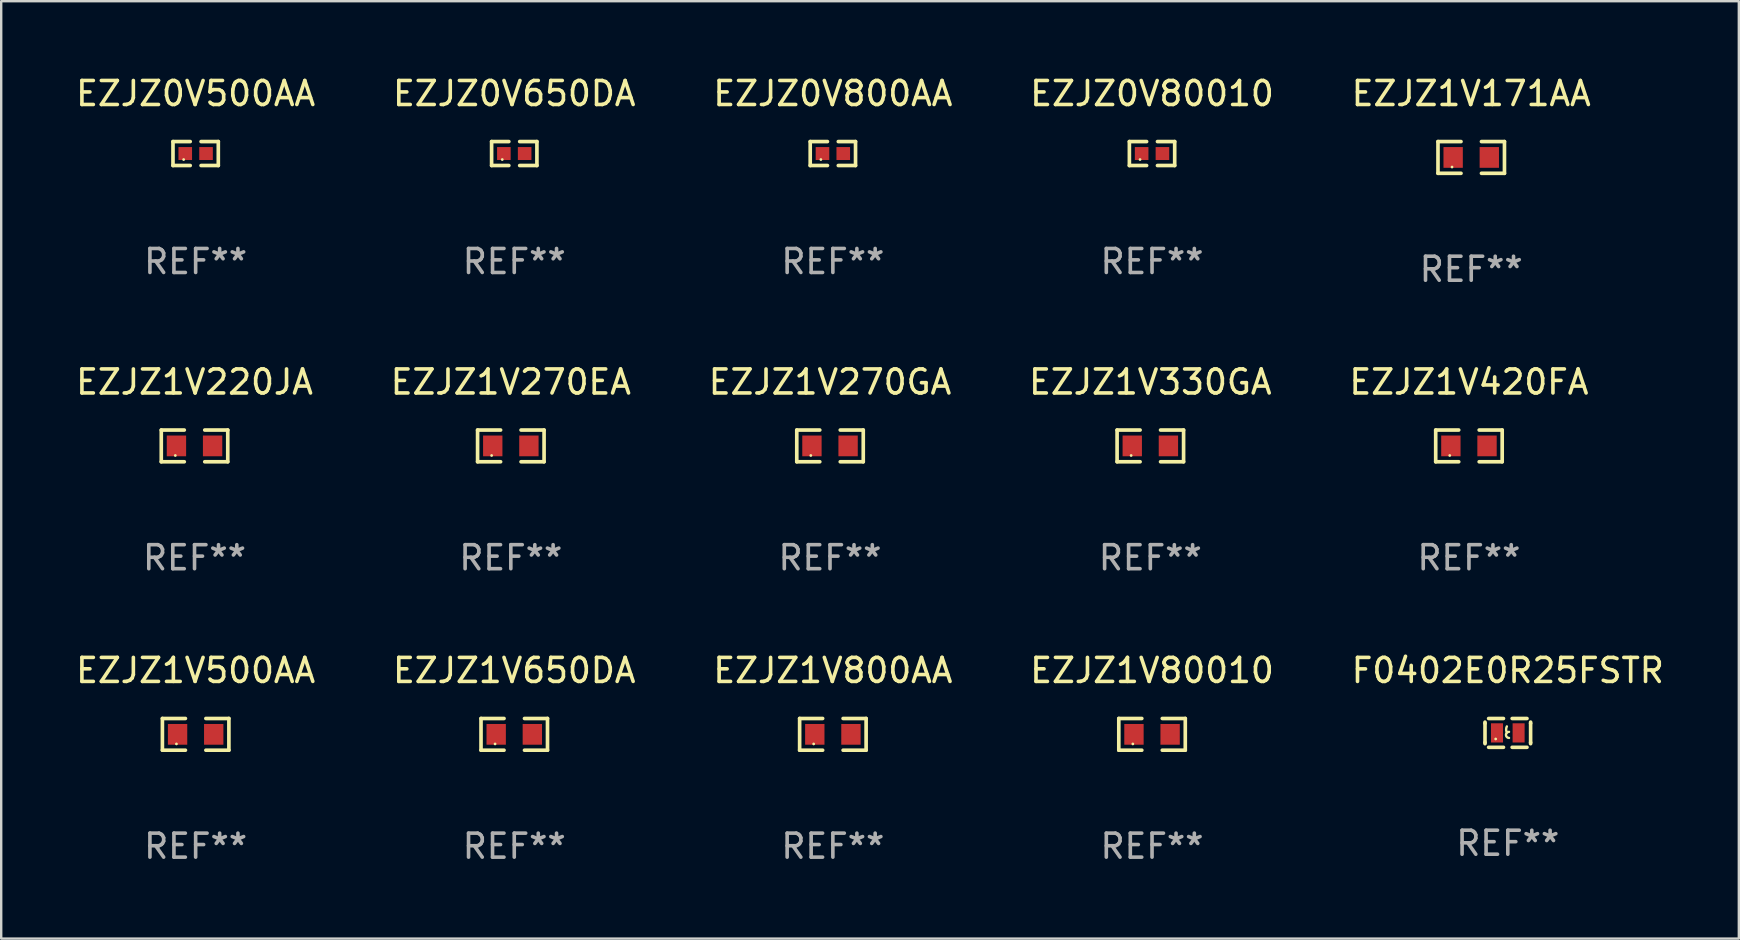
<source format=kicad_pcb>
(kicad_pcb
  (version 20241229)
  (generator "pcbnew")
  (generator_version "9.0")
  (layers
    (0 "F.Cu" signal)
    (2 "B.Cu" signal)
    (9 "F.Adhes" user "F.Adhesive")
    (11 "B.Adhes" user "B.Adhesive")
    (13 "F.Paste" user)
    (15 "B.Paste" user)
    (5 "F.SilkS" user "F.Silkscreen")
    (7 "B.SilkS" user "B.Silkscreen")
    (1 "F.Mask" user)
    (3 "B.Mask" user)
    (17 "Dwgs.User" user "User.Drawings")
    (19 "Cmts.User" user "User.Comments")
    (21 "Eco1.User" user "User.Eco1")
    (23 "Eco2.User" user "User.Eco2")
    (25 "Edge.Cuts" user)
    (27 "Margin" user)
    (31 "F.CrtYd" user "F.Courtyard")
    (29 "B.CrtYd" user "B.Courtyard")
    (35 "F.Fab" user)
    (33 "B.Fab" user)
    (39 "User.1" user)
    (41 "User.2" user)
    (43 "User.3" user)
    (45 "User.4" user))
  (footprint "EZJZ0V800AA"
    (layer "F.Cu")
    (at 31.649 3.347)
    (property "Reference" "EZJZ0V800AA" (at 0 -2.499 0) (layer "F.SilkS") (effects (font (size 1 1) (thickness 0.15))))
    (attr through_hole)
    (fp_line (start -0.944 -0.499) (end -0.226 -0.499) (stroke (width 0.152) (type solid)) (layer "F.SilkS"))
    (fp_line (start -0.944 0.499) (end -0.944 -0.499) (stroke (width 0.152) (type solid)) (layer "F.SilkS"))
    (fp_line (start -0.226 0.499) (end -0.944 0.499) (stroke (width 0.152) (type solid)) (layer "F.SilkS"))
    (fp_line (start 0.226 0.499) (end 0.944 0.499) (stroke (width 0.152) (type solid)) (layer "F.SilkS"))
    (fp_line (start 0.944 -0.499) (end 0.226 -0.499) (stroke (width 0.152) (type solid)) (layer "F.SilkS"))
    (fp_line (start 0.944 0.499) (end 0.944 -0.499) (stroke (width 0.152) (type solid)) (layer "F.SilkS"))
    (fp_circle (center -0.5 0.25) (end -0.47 0.25) (stroke (width 0.06) (type solid)) (fill no) (layer "F.SilkS"))
    (fp_text user "REF**" (at 0 4.499 0) (layer "F.Fab") (effects (font (size 1 1) (thickness 0.15))))
    (pad "1" smd rect (at -0.433 0) (size 0.566 0.54) (layers "F.Cu" "F.Mask" "F.Paste"))
    (pad "2" smd rect (at 0.433 0) (size 0.566 0.54) (layers "F.Cu" "F.Mask" "F.Paste")))
  (footprint "EZJZ0V500AA"
    (layer "F.Cu")
    (at 5.101 3.347)
    (property "Reference" "EZJZ0V500AA" (at 0 -2.499 0) (layer "F.SilkS") (effects (font (size 1 1) (thickness 0.15))))
    (attr through_hole)
    (fp_line (start -0.944 -0.499) (end -0.226 -0.499) (stroke (width 0.152) (type solid)) (layer "F.SilkS"))
    (fp_line (start -0.944 0.499) (end -0.944 -0.499) (stroke (width 0.152) (type solid)) (layer "F.SilkS"))
    (fp_line (start -0.226 0.499) (end -0.944 0.499) (stroke (width 0.152) (type solid)) (layer "F.SilkS"))
    (fp_line (start 0.226 0.499) (end 0.944 0.499) (stroke (width 0.152) (type solid)) (layer "F.SilkS"))
    (fp_line (start 0.944 -0.499) (end 0.226 -0.499) (stroke (width 0.152) (type solid)) (layer "F.SilkS"))
    (fp_line (start 0.944 0.499) (end 0.944 -0.499) (stroke (width 0.152) (type solid)) (layer "F.SilkS"))
    (fp_circle (center -0.5 0.25) (end -0.47 0.25) (stroke (width 0.06) (type solid)) (fill no) (layer "F.SilkS"))
    (fp_text user "REF**" (at 0 4.499 0) (layer "F.Fab") (effects (font (size 1 1) (thickness 0.15))))
    (pad "1" smd rect (at -0.433 0) (size 0.566 0.54) (layers "F.Cu" "F.Mask" "F.Paste"))
    (pad "2" smd rect (at 0.433 0) (size 0.566 0.54) (layers "F.Cu" "F.Mask" "F.Paste")))
  (footprint "EZJZ1V330GA"
    (layer "F.Cu")
    (at 44.875 15.527)
    (property "Reference" "EZJZ1V330GA" (at 0 -2.661 0) (layer "F.SilkS") (effects (font (size 1 1) (thickness 0.15))))
    (attr through_hole)
    (fp_line (start -1.385 -0.661) (end -0.426 -0.661) (stroke (width 0.152) (type solid)) (layer "F.SilkS"))
    (fp_line (start -1.385 0.661) (end -1.385 -0.661) (stroke (width 0.152) (type solid)) (layer "F.SilkS"))
    (fp_line (start -0.426 0.661) (end -1.385 0.661) (stroke (width 0.152) (type solid)) (layer "F.SilkS"))
    (fp_line (start 0.426 0.661) (end 1.385 0.661) (stroke (width 0.152) (type solid)) (layer "F.SilkS"))
    (fp_line (start 1.385 -0.661) (end 0.426 -0.661) (stroke (width 0.152) (type solid)) (layer "F.SilkS"))
    (fp_line (start 1.385 0.661) (end 1.385 -0.661) (stroke (width 0.152) (type solid)) (layer "F.SilkS"))
    (fp_circle (center -0.8 0.4) (end -0.77 0.4) (stroke (width 0.06) (type solid)) (fill no) (layer "F.SilkS"))
    (fp_text user "REF**" (at 0 4.661 0) (layer "F.Fab") (effects (font (size 1 1) (thickness 0.15))))
    (pad "1" smd rect (at -0.753 0) (size 0.806 0.864) (layers "F.Cu" "F.Mask" "F.Paste"))
    (pad "2" smd rect (at 0.753 0) (size 0.806 0.864) (layers "F.Cu" "F.Mask" "F.Paste")))
  (footprint "F0402E0R25FSTR"
    (layer "F.Cu")
    (at 59.768 27.484)
    (property "Reference" "F0402E0R25FSTR" (at 0 -2.6 0) (layer "F.SilkS") (effects (font (size 1 1) (thickness 0.15))))
    (attr through_hole)
    (fp_line (start -0.95 -0.45) (end -0.95 -0.4) (stroke (width 0.15) (type solid)) (layer "F.SilkS"))
    (fp_line (start -0.95 -0.4) (end -0.95 0.4) (stroke (width 0.15) (type solid)) (layer "F.SilkS"))
    (fp_line (start -0.95 0.45) (end -0.95 0.4) (stroke (width 0.15) (type solid)) (layer "F.SilkS"))
    (fp_line (start -0.18 -0.6) (end -0.8 -0.6) (stroke (width 0.15) (type solid)) (layer "F.SilkS"))
    (fp_line (start -0.18 0.6) (end -0.8 0.6) (stroke (width 0.15) (type solid)) (layer "F.SilkS"))
    (fp_line (start 0.18 -0.6) (end 0.8 -0.6) (stroke (width 0.15) (type solid)) (layer "F.SilkS"))
    (fp_line (start 0.18 0.6) (end 0.8 0.6) (stroke (width 0.15) (type solid)) (layer "F.SilkS"))
    (fp_line (start 0.95 -0.45) (end 0.95 -0.4) (stroke (width 0.15) (type solid)) (layer "F.SilkS"))
    (fp_line (start 0.95 -0.4) (end 0.95 0.4) (stroke (width 0.15) (type solid)) (layer "F.SilkS"))
    (fp_line (start 0.95 0.45) (end 0.95 0.4) (stroke (width 0.15) (type solid)) (layer "F.SilkS"))
    (fp_arc (start -0.039942 -0.016052) (mid -0.069923 -0.143053) (end -0.039942 -0.270053) (stroke (width 0.1) (type solid)) (layer "F.SilkS"))
    (fp_arc (start 0.050076 0.209957) (mid -0.076924 0.082957) (end 0.050076 -0.044043) (stroke (width 0.1) (type solid)) (layer "F.SilkS"))
    (fp_circle (center -0.505 0.253) (end -0.475 0.253) (stroke (width 0.06) (type solid)) (fill no) (layer "F.SilkS"))
    (fp_text user "REF**" (at 0 4.6 0) (layer "F.Fab") (effects (font (size 1 1) (thickness 0.15))))
    (pad "1" smd rect (at -0.45 -0.000051) (size 0.5 0.8) (layers "F.Cu" "F.Mask" "F.Paste"))
    (pad "2" smd rect (at 0.45 -0.000051) (size 0.5 0.8) (layers "F.Cu" "F.Mask" "F.Paste")))
  (footprint "EZJZ1V270GA"
    (layer "F.Cu")
    (at 31.53 15.527)
    (property "Reference" "EZJZ1V270GA" (at 0 -2.661 0) (layer "F.SilkS") (effects (font (size 1 1) (thickness 0.15))))
    (attr through_hole)
    (fp_line (start -1.385 -0.661) (end -0.426 -0.661) (stroke (width 0.152) (type solid)) (layer "F.SilkS"))
    (fp_line (start -1.385 0.661) (end -1.385 -0.661) (stroke (width 0.152) (type solid)) (layer "F.SilkS"))
    (fp_line (start -0.426 0.661) (end -1.385 0.661) (stroke (width 0.152) (type solid)) (layer "F.SilkS"))
    (fp_line (start 0.426 0.661) (end 1.385 0.661) (stroke (width 0.152) (type solid)) (layer "F.SilkS"))
    (fp_line (start 1.385 -0.661) (end 0.426 -0.661) (stroke (width 0.152) (type solid)) (layer "F.SilkS"))
    (fp_line (start 1.385 0.661) (end 1.385 -0.661) (stroke (width 0.152) (type solid)) (layer "F.SilkS"))
    (fp_circle (center -0.8 0.4) (end -0.77 0.4) (stroke (width 0.06) (type solid)) (fill no) (layer "F.SilkS"))
    (fp_text user "REF**" (at 0 4.661 0) (layer "F.Fab") (effects (font (size 1 1) (thickness 0.15))))
    (pad "1" smd rect (at -0.753 0) (size 0.806 0.864) (layers "F.Cu" "F.Mask" "F.Paste"))
    (pad "2" smd rect (at 0.753 0) (size 0.806 0.864) (layers "F.Cu" "F.Mask" "F.Paste")))
  (footprint "EZJZ1V171AA"
    (layer "F.Cu")
    (at 58.244 3.509)
    (property "Reference" "EZJZ1V171AA" (at 0 -2.661 0) (layer "F.SilkS") (effects (font (size 1 1) (thickness 0.15))))
    (attr through_hole)
    (fp_line (start -1.385 -0.661) (end -0.426 -0.661) (stroke (width 0.152) (type solid)) (layer "F.SilkS"))
    (fp_line (start -1.385 0.661) (end -1.385 -0.661) (stroke (width 0.152) (type solid)) (layer "F.SilkS"))
    (fp_line (start -0.426 0.661) (end -1.385 0.661) (stroke (width 0.152) (type solid)) (layer "F.SilkS"))
    (fp_line (start 0.426 0.661) (end 1.385 0.661) (stroke (width 0.152) (type solid)) (layer "F.SilkS"))
    (fp_line (start 1.385 -0.661) (end 0.426 -0.661) (stroke (width 0.152) (type solid)) (layer "F.SilkS"))
    (fp_line (start 1.385 0.661) (end 1.385 -0.661) (stroke (width 0.152) (type solid)) (layer "F.SilkS"))
    (fp_circle (center -0.8 0.4) (end -0.77 0.4) (stroke (width 0.06) (type solid)) (fill no) (layer "F.SilkS"))
    (fp_text user "REF**" (at 0 4.661 0) (layer "F.Fab") (effects (font (size 1 1) (thickness 0.15))))
    (pad "1" smd rect (at -0.753 0) (size 0.806 0.864) (layers "F.Cu" "F.Mask" "F.Paste"))
    (pad "2" smd rect (at 0.753 0) (size 0.806 0.864) (layers "F.Cu" "F.Mask" "F.Paste")))
  (footprint "EZJZ1V80010"
    (layer "F.Cu")
    (at 44.946 27.544)
    (property "Reference" "EZJZ1V80010" (at 0 -2.661 0) (layer "F.SilkS") (effects (font (size 1 1) (thickness 0.15))))
    (attr through_hole)
    (fp_line (start -1.385 -0.661) (end -0.426 -0.661) (stroke (width 0.152) (type solid)) (layer "F.SilkS"))
    (fp_line (start -1.385 0.661) (end -1.385 -0.661) (stroke (width 0.152) (type solid)) (layer "F.SilkS"))
    (fp_line (start -0.426 0.661) (end -1.385 0.661) (stroke (width 0.152) (type solid)) (layer "F.SilkS"))
    (fp_line (start 0.426 0.661) (end 1.385 0.661) (stroke (width 0.152) (type solid)) (layer "F.SilkS"))
    (fp_line (start 1.385 -0.661) (end 0.426 -0.661) (stroke (width 0.152) (type solid)) (layer "F.SilkS"))
    (fp_line (start 1.385 0.661) (end 1.385 -0.661) (stroke (width 0.152) (type solid)) (layer "F.SilkS"))
    (fp_circle (center -0.8 0.4) (end -0.77 0.4) (stroke (width 0.06) (type solid)) (fill no) (layer "F.SilkS"))
    (fp_text user "REF**" (at 0 4.661 0) (layer "F.Fab") (effects (font (size 1 1) (thickness 0.15))))
    (pad "1" smd rect (at -0.753 0) (size 0.806 0.864) (layers "F.Cu" "F.Mask" "F.Paste"))
    (pad "2" smd rect (at 0.753 0) (size 0.806 0.864) (layers "F.Cu" "F.Mask" "F.Paste")))
  (footprint "EZJZ1V650DA"
    (layer "F.Cu")
    (at 18.375 27.544)
    (property "Reference" "EZJZ1V650DA" (at 0 -2.661 0) (layer "F.SilkS") (effects (font (size 1 1) (thickness 0.15))))
    (attr through_hole)
    (fp_line (start -1.385 -0.661) (end -0.426 -0.661) (stroke (width 0.152) (type solid)) (layer "F.SilkS"))
    (fp_line (start -1.385 0.661) (end -1.385 -0.661) (stroke (width 0.152) (type solid)) (layer "F.SilkS"))
    (fp_line (start -0.426 0.661) (end -1.385 0.661) (stroke (width 0.152) (type solid)) (layer "F.SilkS"))
    (fp_line (start 0.426 0.661) (end 1.385 0.661) (stroke (width 0.152) (type solid)) (layer "F.SilkS"))
    (fp_line (start 1.385 -0.661) (end 0.426 -0.661) (stroke (width 0.152) (type solid)) (layer "F.SilkS"))
    (fp_line (start 1.385 0.661) (end 1.385 -0.661) (stroke (width 0.152) (type solid)) (layer "F.SilkS"))
    (fp_circle (center -0.8 0.4) (end -0.77 0.4) (stroke (width 0.06) (type solid)) (fill no) (layer "F.SilkS"))
    (fp_text user "REF**" (at 0 4.661 0) (layer "F.Fab") (effects (font (size 1 1) (thickness 0.15))))
    (pad "1" smd rect (at -0.753 0) (size 0.806 0.864) (layers "F.Cu" "F.Mask" "F.Paste"))
    (pad "2" smd rect (at 0.753 0) (size 0.806 0.864) (layers "F.Cu" "F.Mask" "F.Paste")))
  (footprint "EZJZ1V270EA"
    (layer "F.Cu")
    (at 18.232 15.527)
    (property "Reference" "EZJZ1V270EA" (at 0 -2.661 0) (layer "F.SilkS") (effects (font (size 1 1) (thickness 0.15))))
    (attr through_hole)
    (fp_line (start -1.385 -0.661) (end -0.426 -0.661) (stroke (width 0.152) (type solid)) (layer "F.SilkS"))
    (fp_line (start -1.385 0.661) (end -1.385 -0.661) (stroke (width 0.152) (type solid)) (layer "F.SilkS"))
    (fp_line (start -0.426 0.661) (end -1.385 0.661) (stroke (width 0.152) (type solid)) (layer "F.SilkS"))
    (fp_line (start 0.426 0.661) (end 1.385 0.661) (stroke (width 0.152) (type solid)) (layer "F.SilkS"))
    (fp_line (start 1.385 -0.661) (end 0.426 -0.661) (stroke (width 0.152) (type solid)) (layer "F.SilkS"))
    (fp_line (start 1.385 0.661) (end 1.385 -0.661) (stroke (width 0.152) (type solid)) (layer "F.SilkS"))
    (fp_circle (center -0.8 0.4) (end -0.77 0.4) (stroke (width 0.06) (type solid)) (fill no) (layer "F.SilkS"))
    (fp_text user "REF**" (at 0 4.661 0) (layer "F.Fab") (effects (font (size 1 1) (thickness 0.15))))
    (pad "1" smd rect (at -0.753 0) (size 0.806 0.864) (layers "F.Cu" "F.Mask" "F.Paste"))
    (pad "2" smd rect (at 0.753 0) (size 0.806 0.864) (layers "F.Cu" "F.Mask" "F.Paste")))
  (footprint "EZJZ1V500AA"
    (layer "F.Cu")
    (at 5.101 27.544)
    (property "Reference" "EZJZ1V500AA" (at 0 -2.661 0) (layer "F.SilkS") (effects (font (size 1 1) (thickness 0.15))))
    (attr through_hole)
    (fp_line (start -1.385 -0.661) (end -0.426 -0.661) (stroke (width 0.152) (type solid)) (layer "F.SilkS"))
    (fp_line (start -1.385 0.661) (end -1.385 -0.661) (stroke (width 0.152) (type solid)) (layer "F.SilkS"))
    (fp_line (start -0.426 0.661) (end -1.385 0.661) (stroke (width 0.152) (type solid)) (layer "F.SilkS"))
    (fp_line (start 0.426 0.661) (end 1.385 0.661) (stroke (width 0.152) (type solid)) (layer "F.SilkS"))
    (fp_line (start 1.385 -0.661) (end 0.426 -0.661) (stroke (width 0.152) (type solid)) (layer "F.SilkS"))
    (fp_line (start 1.385 0.661) (end 1.385 -0.661) (stroke (width 0.152) (type solid)) (layer "F.SilkS"))
    (fp_circle (center -0.8 0.4) (end -0.77 0.4) (stroke (width 0.06) (type solid)) (fill no) (layer "F.SilkS"))
    (fp_text user "REF**" (at 0 4.661 0) (layer "F.Fab") (effects (font (size 1 1) (thickness 0.15))))
    (pad "1" smd rect (at -0.753 0) (size 0.806 0.864) (layers "F.Cu" "F.Mask" "F.Paste"))
    (pad "2" smd rect (at 0.753 0) (size 0.806 0.864) (layers "F.Cu" "F.Mask" "F.Paste")))
  (footprint "EZJZ0V650DA"
    (layer "F.Cu")
    (at 18.375 3.347)
    (property "Reference" "EZJZ0V650DA" (at 0 -2.499 0) (layer "F.SilkS") (effects (font (size 1 1) (thickness 0.15))))
    (attr through_hole)
    (fp_line (start -0.944 -0.499) (end -0.226 -0.499) (stroke (width 0.152) (type solid)) (layer "F.SilkS"))
    (fp_line (start -0.944 0.499) (end -0.944 -0.499) (stroke (width 0.152) (type solid)) (layer "F.SilkS"))
    (fp_line (start -0.226 0.499) (end -0.944 0.499) (stroke (width 0.152) (type solid)) (layer "F.SilkS"))
    (fp_line (start 0.226 0.499) (end 0.944 0.499) (stroke (width 0.152) (type solid)) (layer "F.SilkS"))
    (fp_line (start 0.944 -0.499) (end 0.226 -0.499) (stroke (width 0.152) (type solid)) (layer "F.SilkS"))
    (fp_line (start 0.944 0.499) (end 0.944 -0.499) (stroke (width 0.152) (type solid)) (layer "F.SilkS"))
    (fp_circle (center -0.5 0.25) (end -0.47 0.25) (stroke (width 0.06) (type solid)) (fill no) (layer "F.SilkS"))
    (fp_text user "REF**" (at 0 4.499 0) (layer "F.Fab") (effects (font (size 1 1) (thickness 0.15))))
    (pad "1" smd rect (at -0.433 0) (size 0.566 0.54) (layers "F.Cu" "F.Mask" "F.Paste"))
    (pad "2" smd rect (at 0.433 0) (size 0.566 0.54) (layers "F.Cu" "F.Mask" "F.Paste")))
  (footprint "EZJZ1V420FA"
    (layer "F.Cu")
    (at 58.149 15.527)
    (property "Reference" "EZJZ1V420FA" (at 0 -2.661 0) (layer "F.SilkS") (effects (font (size 1 1) (thickness 0.15))))
    (attr through_hole)
    (fp_line (start -1.385 -0.661) (end -0.426 -0.661) (stroke (width 0.152) (type solid)) (layer "F.SilkS"))
    (fp_line (start -1.385 0.661) (end -1.385 -0.661) (stroke (width 0.152) (type solid)) (layer "F.SilkS"))
    (fp_line (start -0.426 0.661) (end -1.385 0.661) (stroke (width 0.152) (type solid)) (layer "F.SilkS"))
    (fp_line (start 0.426 0.661) (end 1.385 0.661) (stroke (width 0.152) (type solid)) (layer "F.SilkS"))
    (fp_line (start 1.385 -0.661) (end 0.426 -0.661) (stroke (width 0.152) (type solid)) (layer "F.SilkS"))
    (fp_line (start 1.385 0.661) (end 1.385 -0.661) (stroke (width 0.152) (type solid)) (layer "F.SilkS"))
    (fp_circle (center -0.8 0.4) (end -0.77 0.4) (stroke (width 0.06) (type solid)) (fill no) (layer "F.SilkS"))
    (fp_text user "REF**" (at 0 4.661 0) (layer "F.Fab") (effects (font (size 1 1) (thickness 0.15))))
    (pad "1" smd rect (at -0.753 0) (size 0.806 0.864) (layers "F.Cu" "F.Mask" "F.Paste"))
    (pad "2" smd rect (at 0.753 0) (size 0.806 0.864) (layers "F.Cu" "F.Mask" "F.Paste")))
  (footprint "EZJZ1V800AA"
    (layer "F.Cu")
    (at 31.649 27.544)
    (property "Reference" "EZJZ1V800AA" (at 0 -2.661 0) (layer "F.SilkS") (effects (font (size 1 1) (thickness 0.15))))
    (attr through_hole)
    (fp_line (start -1.385 -0.661) (end -0.426 -0.661) (stroke (width 0.152) (type solid)) (layer "F.SilkS"))
    (fp_line (start -1.385 0.661) (end -1.385 -0.661) (stroke (width 0.152) (type solid)) (layer "F.SilkS"))
    (fp_line (start -0.426 0.661) (end -1.385 0.661) (stroke (width 0.152) (type solid)) (layer "F.SilkS"))
    (fp_line (start 0.426 0.661) (end 1.385 0.661) (stroke (width 0.152) (type solid)) (layer "F.SilkS"))
    (fp_line (start 1.385 -0.661) (end 0.426 -0.661) (stroke (width 0.152) (type solid)) (layer "F.SilkS"))
    (fp_line (start 1.385 0.661) (end 1.385 -0.661) (stroke (width 0.152) (type solid)) (layer "F.SilkS"))
    (fp_circle (center -0.8 0.4) (end -0.77 0.4) (stroke (width 0.06) (type solid)) (fill no) (layer "F.SilkS"))
    (fp_text user "REF**" (at 0 4.661 0) (layer "F.Fab") (effects (font (size 1 1) (thickness 0.15))))
    (pad "1" smd rect (at -0.753 0) (size 0.806 0.864) (layers "F.Cu" "F.Mask" "F.Paste"))
    (pad "2" smd rect (at 0.753 0) (size 0.806 0.864) (layers "F.Cu" "F.Mask" "F.Paste")))
  (footprint "EZJZ1V220JA"
    (layer "F.Cu")
    (at 5.054 15.527)
    (property "Reference" "EZJZ1V220JA" (at 0 -2.661 0) (layer "F.SilkS") (effects (font (size 1 1) (thickness 0.15))))
    (attr through_hole)
    (fp_line (start -1.385 -0.661) (end -0.426 -0.661) (stroke (width 0.152) (type solid)) (layer "F.SilkS"))
    (fp_line (start -1.385 0.661) (end -1.385 -0.661) (stroke (width 0.152) (type solid)) (layer "F.SilkS"))
    (fp_line (start -0.426 0.661) (end -1.385 0.661) (stroke (width 0.152) (type solid)) (layer "F.SilkS"))
    (fp_line (start 0.426 0.661) (end 1.385 0.661) (stroke (width 0.152) (type solid)) (layer "F.SilkS"))
    (fp_line (start 1.385 -0.661) (end 0.426 -0.661) (stroke (width 0.152) (type solid)) (layer "F.SilkS"))
    (fp_line (start 1.385 0.661) (end 1.385 -0.661) (stroke (width 0.152) (type solid)) (layer "F.SilkS"))
    (fp_circle (center -0.8 0.4) (end -0.77 0.4) (stroke (width 0.06) (type solid)) (fill no) (layer "F.SilkS"))
    (fp_text user "REF**" (at 0 4.661 0) (layer "F.Fab") (effects (font (size 1 1) (thickness 0.15))))
    (pad "1" smd rect (at -0.753 0) (size 0.806 0.864) (layers "F.Cu" "F.Mask" "F.Paste"))
    (pad "2" smd rect (at 0.753 0) (size 0.806 0.864) (layers "F.Cu" "F.Mask" "F.Paste")))
  (footprint "EZJZ0V80010"
    (layer "F.Cu")
    (at 44.946 3.347)
    (property "Reference" "EZJZ0V80010" (at 0 -2.499 0) (layer "F.SilkS") (effects (font (size 1 1) (thickness 0.15))))
    (attr through_hole)
    (fp_line (start -0.944 -0.499) (end -0.226 -0.499) (stroke (width 0.152) (type solid)) (layer "F.SilkS"))
    (fp_line (start -0.944 0.499) (end -0.944 -0.499) (stroke (width 0.152) (type solid)) (layer "F.SilkS"))
    (fp_line (start -0.226 0.499) (end -0.944 0.499) (stroke (width 0.152) (type solid)) (layer "F.SilkS"))
    (fp_line (start 0.226 0.499) (end 0.944 0.499) (stroke (width 0.152) (type solid)) (layer "F.SilkS"))
    (fp_line (start 0.944 -0.499) (end 0.226 -0.499) (stroke (width 0.152) (type solid)) (layer "F.SilkS"))
    (fp_line (start 0.944 0.499) (end 0.944 -0.499) (stroke (width 0.152) (type solid)) (layer "F.SilkS"))
    (fp_circle (center -0.5 0.25) (end -0.47 0.25) (stroke (width 0.06) (type solid)) (fill no) (layer "F.SilkS"))
    (fp_text user "REF**" (at 0 4.499 0) (layer "F.Fab") (effects (font (size 1 1) (thickness 0.15))))
    (pad "1" smd rect (at -0.433 0) (size 0.566 0.54) (layers "F.Cu" "F.Mask" "F.Paste"))
    (pad "2" smd rect (at 0.433 0) (size 0.566 0.54) (layers "F.Cu" "F.Mask" "F.Paste")))
  (gr_rect
    (start -3 -3)
    (end 69.393 36.053)
    (stroke (width 0.1) (type default))
    (fill no)
    (layer "Edge.Cuts")))
</source>
